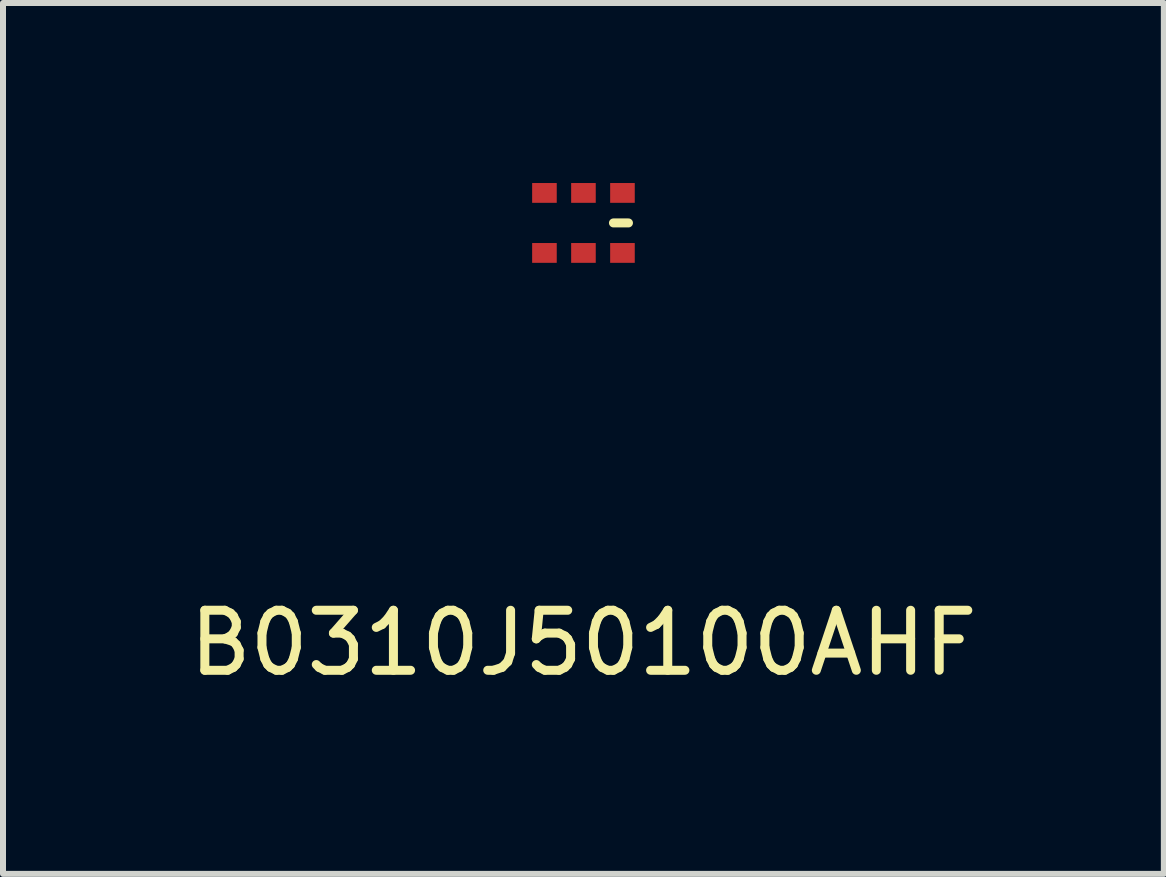
<source format=kicad_pcb>
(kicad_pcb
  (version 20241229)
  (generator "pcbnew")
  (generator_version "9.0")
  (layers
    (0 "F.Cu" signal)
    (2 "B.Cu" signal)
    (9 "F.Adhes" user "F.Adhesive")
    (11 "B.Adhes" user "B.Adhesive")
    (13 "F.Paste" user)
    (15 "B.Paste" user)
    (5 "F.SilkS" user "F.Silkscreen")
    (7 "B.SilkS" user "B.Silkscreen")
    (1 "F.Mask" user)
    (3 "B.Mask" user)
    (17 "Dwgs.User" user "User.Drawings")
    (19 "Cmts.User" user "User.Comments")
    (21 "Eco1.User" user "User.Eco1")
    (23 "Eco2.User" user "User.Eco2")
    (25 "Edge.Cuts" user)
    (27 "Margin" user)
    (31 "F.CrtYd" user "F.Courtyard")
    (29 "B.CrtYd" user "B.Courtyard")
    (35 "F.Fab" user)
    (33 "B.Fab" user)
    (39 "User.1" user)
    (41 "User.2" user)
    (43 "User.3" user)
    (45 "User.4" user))
  (footprint "B0310J50100AHF"
    (layer "F.Cu")
    (at 6.673 0.665)
    (property "Reference" "B0310J50100AHF" (at 0 7 0) (layer "F.SilkS") (effects (font (size 1 1) (thickness 0.15))))
    (attr through_hole)
    (fp_line (start 0.75 0) (end 0.5 0) (stroke (width 0.15) (type solid)) (layer "F.SilkS"))
    (pad "1" smd rect (at 0.65 -0.5) (size 0.41 0.33) (layers "F.Cu" "F.Mask" "F.Paste"))
    (pad "2" smd rect (at 0 -0.5) (size 0.41 0.33) (layers "F.Cu" "F.Mask" "F.Paste"))
    (pad "3" smd rect (at -0.65 -0.5) (size 0.41 0.33) (layers "F.Cu" "F.Mask" "F.Paste"))
    (pad "4" smd rect (at -0.65 0.5) (size 0.41 0.33) (layers "F.Cu" "F.Mask" "F.Paste"))
    (pad "5" smd rect (at 0 0.5) (size 0.41 0.33) (layers "F.Cu" "F.Mask" "F.Paste"))
    (pad "6" smd rect (at 0.65 0.5) (size 0.41 0.33) (layers "F.Cu" "F.Mask" "F.Paste")))
  (gr_rect
    (start -3 -3)
    (end 16.345 11.513)
    (stroke (width 0.1) (type default))
    (fill no)
    (layer "Edge.Cuts")))
</source>
